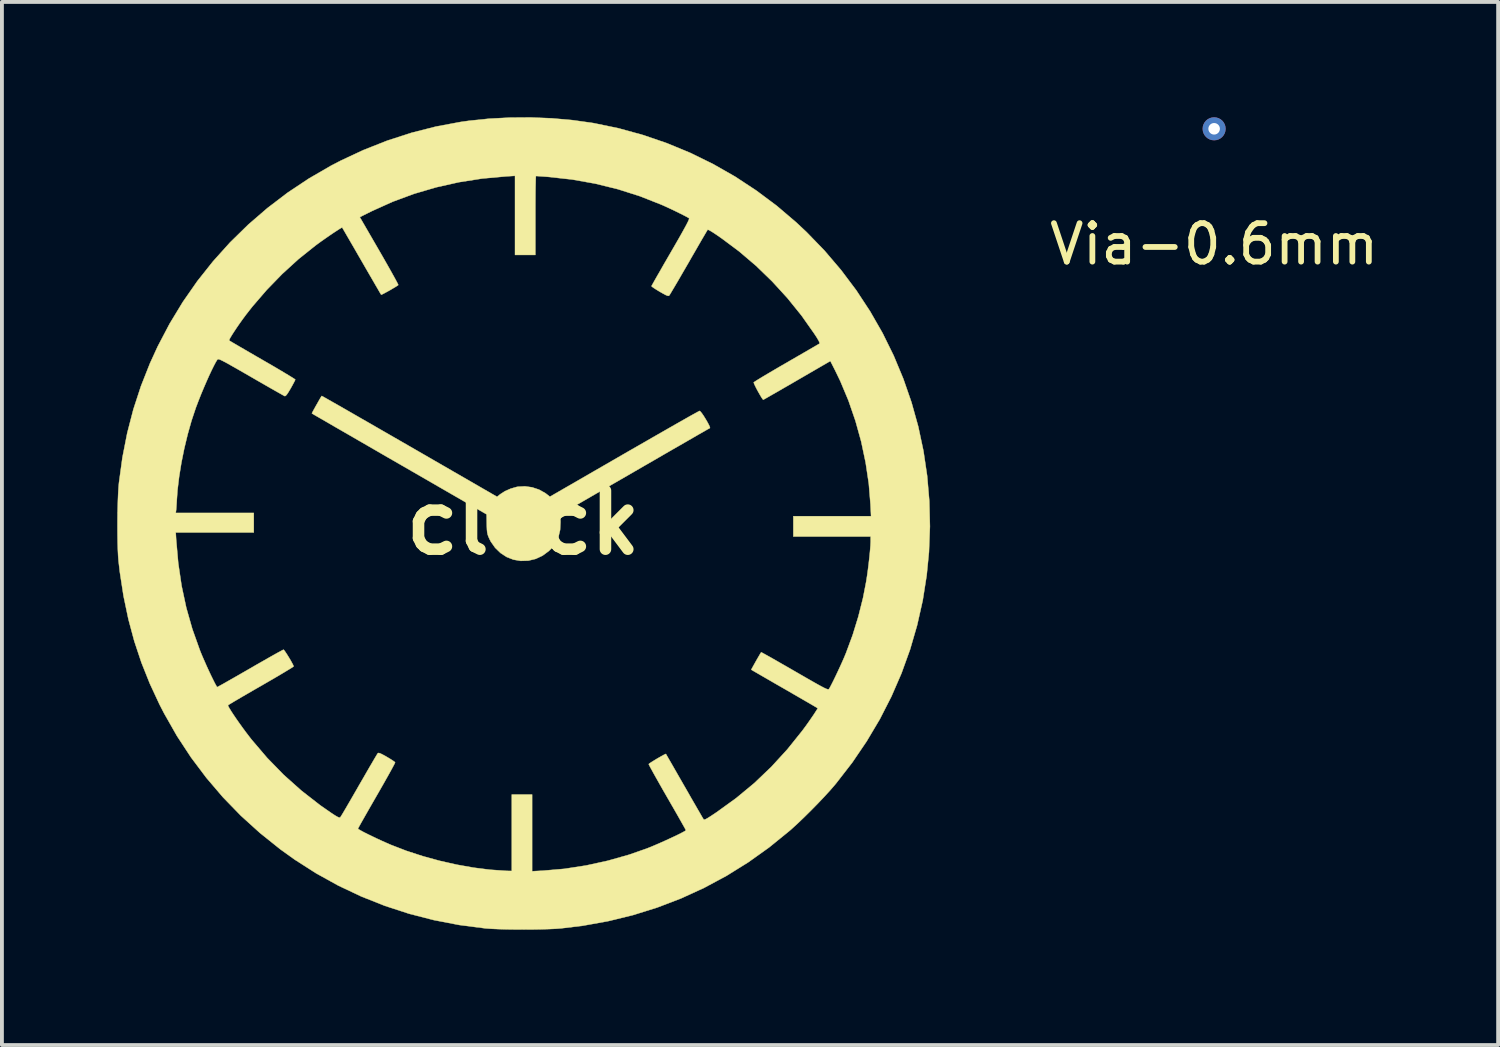
<source format=kicad_pcb>
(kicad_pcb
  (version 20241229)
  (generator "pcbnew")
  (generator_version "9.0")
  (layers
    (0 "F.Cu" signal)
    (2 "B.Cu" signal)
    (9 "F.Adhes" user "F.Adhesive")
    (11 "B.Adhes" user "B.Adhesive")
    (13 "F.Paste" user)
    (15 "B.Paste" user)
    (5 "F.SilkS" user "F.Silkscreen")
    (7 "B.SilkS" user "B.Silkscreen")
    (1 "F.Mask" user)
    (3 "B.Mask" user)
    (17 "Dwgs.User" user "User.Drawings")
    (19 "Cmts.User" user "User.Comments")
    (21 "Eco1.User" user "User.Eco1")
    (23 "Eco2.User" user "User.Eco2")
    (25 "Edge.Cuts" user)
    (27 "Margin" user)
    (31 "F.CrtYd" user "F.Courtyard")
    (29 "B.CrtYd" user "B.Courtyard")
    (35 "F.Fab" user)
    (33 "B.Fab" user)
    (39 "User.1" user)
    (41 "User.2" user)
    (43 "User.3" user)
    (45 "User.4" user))
  (footprint "clock"
    (layer "F.Cu")
    (at 10.557 10.545)
    (property "Reference" "clock" (at 0 0 0) (layer "F.SilkS") (effects (font (size 1.524 1.524) (thickness 0.3))))
    (attr through_hole)
    (fp_poly (pts (xy -5.221 -3.288) (xy -5.168 -3.258) (xy -5.083 -3.21) (xy -4.967 -3.144) (xy -4.824 -3.063) (xy -4.655 -2.966) (xy -4.463 -2.856) (xy -4.25 -2.733) (xy -4.017 -2.6) (xy -3.768 -2.456) (xy -3.504 -2.304) (xy -3.228 -2.145) (xy -2.957 -1.989) (xy -0.679 -0.674) (xy -0.599 -0.738) (xy -0.474 -0.819) (xy -0.325 -0.885) (xy -0.169 -0.93) (xy -0.136 -0.936) (xy 0.046 -0.946) (xy 0.233 -0.92) (xy 0.413 -0.86) (xy 0.575 -0.77) (xy 0.615 -0.74) (xy 0.696 -0.676) (xy 2.627 -1.791) (xy 2.891 -1.943) (xy 3.144 -2.088) (xy 3.385 -2.227) (xy 3.611 -2.356) (xy 3.82 -2.476) (xy 4.009 -2.584) (xy 4.175 -2.678) (xy 4.317 -2.759) (xy 4.432 -2.823) (xy 4.518 -2.87) (xy 4.571 -2.899) (xy 4.59 -2.908) (xy 4.611 -2.892) (xy 4.646 -2.849) (xy 4.69 -2.786) (xy 4.736 -2.712) (xy 4.782 -2.635) (xy 4.821 -2.563) (xy 4.849 -2.505) (xy 4.86 -2.469) (xy 4.857 -2.461) (xy 4.837 -2.45) (xy 4.781 -2.419) (xy 4.695 -2.369) (xy 4.578 -2.303) (xy 4.435 -2.22) (xy 4.268 -2.124) (xy 4.078 -2.014) (xy 3.868 -1.894) (xy 3.641 -1.763) (xy 3.4 -1.623) (xy 3.146 -1.477) (xy 2.901 -1.335) (xy 0.965 -0.217) (xy 0.971 -0.018) (xy 0.961 0.188) (xy 0.918 0.371) (xy 0.839 0.534) (xy 0.724 0.681) (xy 0.667 0.737) (xy 0.505 0.857) (xy 0.326 0.941) (xy 0.134 0.987) (xy -0.064 0.993) (xy -0.252 0.961) (xy -0.428 0.893) (xy -0.589 0.788) (xy -0.729 0.652) (xy -0.842 0.491) (xy -0.874 0.429) (xy -0.903 0.364) (xy -0.923 0.309) (xy -0.935 0.252) (xy -0.942 0.181) (xy -0.946 0.085) (xy -0.947 0.035) (xy -0.951 -0.217) (xy -3.221 -1.527) (xy -3.506 -1.691) (xy -3.781 -1.85) (xy -4.043 -2.002) (xy -4.291 -2.145) (xy -4.522 -2.279) (xy -4.734 -2.401) (xy -4.925 -2.511) (xy -5.091 -2.608) (xy -5.233 -2.69) (xy -5.346 -2.755) (xy -5.429 -2.803) (xy -5.479 -2.833) (xy -5.495 -2.842) (xy -5.487 -2.861) (xy -5.463 -2.907) (xy -5.427 -2.973) (xy -5.384 -3.05) (xy -5.339 -3.129) (xy -5.298 -3.202) (xy -5.264 -3.259) (xy -5.243 -3.293) (xy -5.24 -3.297) (xy -5.221 -3.288)) (stroke (width 0.01) (type solid)) (fill yes) (layer "F.SilkS"))
    (fp_poly (pts (xy 0.744 -10.518) (xy 1.277 -10.471) (xy 1.787 -10.4) (xy 1.831 -10.393) (xy 2.479 -10.259) (xy 3.115 -10.084) (xy 3.738 -9.871) (xy 4.347 -9.619) (xy 4.938 -9.329) (xy 5.511 -9.003) (xy 6.063 -8.64) (xy 6.594 -8.244) (xy 7.1 -7.813) (xy 7.372 -7.558) (xy 7.838 -7.077) (xy 8.269 -6.571) (xy 8.665 -6.044) (xy 9.025 -5.496) (xy 9.35 -4.929) (xy 9.638 -4.344) (xy 9.888 -3.744) (xy 10.101 -3.13) (xy 10.276 -2.503) (xy 10.412 -1.865) (xy 10.508 -1.218) (xy 10.564 -0.563) (xy 10.58 0.098) (xy 10.555 0.764) (xy 10.496 1.365) (xy 10.393 2.021) (xy 10.248 2.665) (xy 10.064 3.298) (xy 9.84 3.918) (xy 9.577 4.523) (xy 9.276 5.112) (xy 8.936 5.684) (xy 8.56 6.238) (xy 8.146 6.772) (xy 8.11 6.816) (xy 7.982 6.964) (xy 7.829 7.131) (xy 7.66 7.309) (xy 7.481 7.491) (xy 7.301 7.669) (xy 7.128 7.834) (xy 6.969 7.979) (xy 6.921 8.02) (xy 6.398 8.445) (xy 5.854 8.833) (xy 5.29 9.184) (xy 4.707 9.497) (xy 4.107 9.772) (xy 3.49 10.008) (xy 2.857 10.206) (xy 2.21 10.364) (xy 1.549 10.483) (xy 0.986 10.551) (xy 0.844 10.562) (xy 0.667 10.57) (xy 0.466 10.576) (xy 0.248 10.58) (xy 0.021 10.581) (xy -0.207 10.58) (xy -0.428 10.577) (xy -0.632 10.571) (xy -0.813 10.563) (xy -0.962 10.553) (xy -0.992 10.55) (xy -1.664 10.463) (xy -2.323 10.336) (xy -2.968 10.17) (xy -3.597 9.965) (xy -4.211 9.721) (xy -4.807 9.439) (xy -5.385 9.119) (xy -5.943 8.762) (xy -6.318 8.493) (xy -6.847 8.069) (xy -7.344 7.619) (xy -7.808 7.141) (xy -8.239 6.636) (xy -8.638 6.105) (xy -9.005 5.546) (xy -9.338 4.96) (xy -9.458 4.728) (xy -9.71 4.186) (xy -9.929 3.638) (xy -10.115 3.079) (xy -10.269 2.504) (xy -10.394 1.908) (xy -10.49 1.286) (xy -10.524 0.995) (xy -10.534 0.867) (xy -10.542 0.704) (xy -10.548 0.515) (xy -10.551 0.306) (xy -10.552 0.085) (xy -10.551 -0.139) (xy -10.549 -0.254) (xy -9.037 -0.254) (xy -7.006 -0.254) (xy -7.006 0.254) (xy -9.036 0.254) (xy -9.025 0.439) (xy -8.971 1.052) (xy -8.884 1.641) (xy -8.762 2.211) (xy -8.605 2.764) (xy -8.412 3.306) (xy -8.39 3.363) (xy -8.344 3.474) (xy -8.291 3.595) (xy -8.235 3.722) (xy -8.177 3.849) (xy -8.12 3.97) (xy -8.067 4.078) (xy -8.022 4.168) (xy -7.986 4.234) (xy -7.963 4.271) (xy -7.957 4.276) (xy -7.936 4.265) (xy -7.882 4.236) (xy -7.799 4.19) (xy -7.69 4.128) (xy -7.56 4.054) (xy -7.411 3.969) (xy -7.248 3.875) (xy -7.098 3.789) (xy -6.926 3.689) (xy -6.764 3.597) (xy -6.617 3.513) (xy -6.488 3.44) (xy -6.382 3.381) (xy -6.301 3.337) (xy -6.25 3.31) (xy -6.233 3.302) (xy -6.215 3.319) (xy -6.182 3.365) (xy -6.14 3.429) (xy -6.093 3.505) (xy -6.047 3.582) (xy -6.008 3.653) (xy -5.98 3.707) (xy -5.97 3.737) (xy -5.97 3.738) (xy -5.988 3.752) (xy -6.039 3.785) (xy -6.12 3.834) (xy -6.226 3.898) (xy -6.355 3.975) (xy -6.502 4.061) (xy -6.665 4.155) (xy -6.818 4.244) (xy -6.991 4.343) (xy -7.153 4.437) (xy -7.3 4.522) (xy -7.427 4.597) (xy -7.533 4.659) (xy -7.612 4.707) (xy -7.661 4.737) (xy -7.677 4.748) (xy -7.67 4.773) (xy -7.641 4.826) (xy -7.594 4.903) (xy -7.531 4.999) (xy -7.457 5.108) (xy -7.375 5.225) (xy -7.288 5.346) (xy -7.199 5.466) (xy -7.113 5.578) (xy -7.064 5.641) (xy -6.658 6.117) (xy -6.225 6.561) (xy -5.764 6.972) (xy -5.277 7.351) (xy -4.989 7.551) (xy -4.898 7.611) (xy -4.835 7.648) (xy -4.794 7.667) (xy -4.769 7.669) (xy -4.754 7.66) (xy -4.738 7.636) (xy -4.703 7.579) (xy -4.652 7.493) (xy -4.587 7.382) (xy -4.51 7.25) (xy -4.424 7.101) (xy -4.33 6.938) (xy -4.266 6.826) (xy -4.168 6.657) (xy -4.077 6.499) (xy -3.994 6.355) (xy -3.921 6.231) (xy -3.861 6.128) (xy -3.816 6.053) (xy -3.788 6.007) (xy -3.78 5.996) (xy -3.761 5.989) (xy -3.726 5.997) (xy -3.67 6.023) (xy -3.586 6.068) (xy -3.547 6.091) (xy -3.463 6.141) (xy -3.394 6.185) (xy -3.347 6.218) (xy -3.33 6.234) (xy -3.339 6.257) (xy -3.367 6.312) (xy -3.412 6.396) (xy -3.472 6.505) (xy -3.546 6.637) (xy -3.63 6.786) (xy -3.723 6.949) (xy -3.81 7.1) (xy -3.909 7.272) (xy -4.002 7.434) (xy -4.085 7.58) (xy -4.158 7.708) (xy -4.218 7.814) (xy -4.262 7.893) (xy -4.289 7.943) (xy -4.297 7.96) (xy -4.278 7.975) (xy -4.227 8.005) (xy -4.15 8.047) (xy -4.051 8.097) (xy -3.937 8.152) (xy -3.815 8.211) (xy -3.689 8.269) (xy -3.566 8.324) (xy -3.452 8.374) (xy -3.43 8.383) (xy -3.031 8.537) (xy -2.609 8.674) (xy -2.172 8.794) (xy -1.729 8.894) (xy -1.291 8.972) (xy -0.864 9.026) (xy -0.46 9.054) (xy -0.418 9.056) (xy -0.296 9.059) (xy -0.296 7.07) (xy 0.233 7.07) (xy 0.233 9.066) (xy 0.513 9.051) (xy 1.071 9.003) (xy 1.635 8.916) (xy 2.198 8.793) (xy 2.753 8.636) (xy 3.217 8.474) (xy 3.318 8.434) (xy 3.434 8.385) (xy 3.561 8.33) (xy 3.691 8.272) (xy 3.819 8.213) (xy 3.94 8.157) (xy 4.047 8.105) (xy 4.135 8.06) (xy 4.198 8.026) (xy 4.23 8.004) (xy 4.233 8) (xy 4.223 7.979) (xy 4.194 7.925) (xy 4.147 7.842) (xy 4.086 7.734) (xy 4.012 7.603) (xy 3.927 7.455) (xy 3.833 7.292) (xy 3.746 7.141) (xy 3.647 6.969) (xy 3.555 6.807) (xy 3.472 6.66) (xy 3.4 6.532) (xy 3.342 6.426) (xy 3.298 6.346) (xy 3.273 6.295) (xy 3.266 6.279) (xy 3.285 6.262) (xy 3.331 6.231) (xy 3.397 6.19) (xy 3.472 6.144) (xy 3.55 6.099) (xy 3.621 6.059) (xy 3.676 6.029) (xy 3.708 6.015) (xy 3.713 6.015) (xy 3.724 6.034) (xy 3.754 6.086) (xy 3.801 6.168) (xy 3.863 6.275) (xy 3.937 6.404) (xy 4.021 6.551) (xy 4.114 6.713) (xy 4.191 6.847) (xy 4.29 7.019) (xy 4.382 7.181) (xy 4.467 7.327) (xy 4.541 7.456) (xy 4.603 7.563) (xy 4.649 7.643) (xy 4.679 7.694) (xy 4.689 7.709) (xy 4.7 7.72) (xy 4.719 7.722) (xy 4.749 7.711) (xy 4.796 7.685) (xy 4.865 7.642) (xy 4.96 7.579) (xy 5.039 7.526) (xy 5.541 7.163) (xy 6.013 6.772) (xy 6.455 6.35) (xy 6.87 5.897) (xy 7.26 5.411) (xy 7.348 5.292) (xy 7.418 5.194) (xy 7.486 5.096) (xy 7.546 5.009) (xy 7.586 4.948) (xy 7.663 4.827) (xy 7.615 4.797) (xy 7.587 4.781) (xy 7.526 4.745) (xy 7.437 4.693) (xy 7.323 4.627) (xy 7.188 4.549) (xy 7.036 4.461) (xy 6.872 4.366) (xy 6.752 4.297) (xy 6.583 4.2) (xy 6.426 4.109) (xy 6.284 4.027) (xy 6.161 3.956) (xy 6.061 3.898) (xy 5.987 3.855) (xy 5.944 3.83) (xy 5.933 3.823) (xy 5.942 3.805) (xy 5.967 3.759) (xy 6.003 3.694) (xy 6.046 3.617) (xy 6.091 3.538) (xy 6.133 3.466) (xy 6.166 3.409) (xy 6.187 3.375) (xy 6.191 3.37) (xy 6.21 3.379) (xy 6.262 3.407) (xy 6.343 3.452) (xy 6.451 3.512) (xy 6.58 3.586) (xy 6.728 3.671) (xy 6.891 3.764) (xy 7.062 3.863) (xy 7.263 3.979) (xy 7.43 4.075) (xy 7.567 4.153) (xy 7.677 4.215) (xy 7.764 4.262) (xy 7.829 4.296) (xy 7.877 4.318) (xy 7.91 4.331) (xy 7.932 4.335) (xy 7.946 4.332) (xy 7.955 4.325) (xy 7.955 4.324) (xy 7.98 4.284) (xy 8.018 4.211) (xy 8.067 4.114) (xy 8.123 3.999) (xy 8.183 3.872) (xy 8.244 3.741) (xy 8.302 3.613) (xy 8.354 3.494) (xy 8.396 3.392) (xy 8.398 3.387) (xy 8.57 2.922) (xy 8.718 2.441) (xy 8.84 1.956) (xy 8.92 1.545) (xy 8.944 1.394) (xy 8.967 1.229) (xy 8.988 1.059) (xy 9.007 0.892) (xy 9.022 0.737) (xy 9.033 0.603) (xy 9.038 0.5) (xy 9.038 0.476) (xy 9.038 0.36) (xy 7.027 0.36) (xy 7.027 -0.169) (xy 8.038 -0.169) (xy 9.049 -0.169) (xy 9.034 -0.475) (xy 8.99 -1.016) (xy 8.908 -1.563) (xy 8.792 -2.111) (xy 8.642 -2.651) (xy 8.461 -3.176) (xy 8.25 -3.68) (xy 8.115 -3.96) (xy 7.99 -4.205) (xy 7.123 -3.702) (xy 6.948 -3.6) (xy 6.784 -3.506) (xy 6.636 -3.42) (xy 6.506 -3.346) (xy 6.398 -3.284) (xy 6.316 -3.237) (xy 6.264 -3.208) (xy 6.244 -3.198) (xy 6.228 -3.215) (xy 6.197 -3.261) (xy 6.158 -3.327) (xy 6.114 -3.404) (xy 6.071 -3.483) (xy 6.034 -3.556) (xy 6.008 -3.613) (xy 5.997 -3.646) (xy 5.997 -3.649) (xy 6.017 -3.664) (xy 6.069 -3.698) (xy 6.152 -3.749) (xy 6.259 -3.814) (xy 6.389 -3.891) (xy 6.537 -3.978) (xy 6.699 -4.073) (xy 6.84 -4.154) (xy 7.012 -4.254) (xy 7.173 -4.347) (xy 7.32 -4.432) (xy 7.449 -4.507) (xy 7.555 -4.568) (xy 7.635 -4.615) (xy 7.686 -4.645) (xy 7.703 -4.654) (xy 7.71 -4.669) (xy 7.703 -4.699) (xy 7.678 -4.748) (xy 7.634 -4.822) (xy 7.569 -4.921) (xy 7.239 -5.389) (xy 6.873 -5.842) (xy 6.478 -6.274) (xy 6.059 -6.68) (xy 5.619 -7.055) (xy 5.172 -7.389) (xy 5.041 -7.48) (xy 4.941 -7.547) (xy 4.869 -7.591) (xy 4.823 -7.615) (xy 4.8 -7.62) (xy 4.797 -7.619) (xy 4.785 -7.599) (xy 4.754 -7.546) (xy 4.706 -7.464) (xy 4.643 -7.357) (xy 4.568 -7.227) (xy 4.483 -7.079) (xy 4.389 -6.917) (xy 4.307 -6.773) (xy 4.207 -6.601) (xy 4.113 -6.439) (xy 4.028 -6.292) (xy 3.952 -6.163) (xy 3.889 -6.057) (xy 3.841 -5.976) (xy 3.81 -5.925) (xy 3.799 -5.909) (xy 3.782 -5.9) (xy 3.753 -5.904) (xy 3.706 -5.923) (xy 3.636 -5.961) (xy 3.553 -6.008) (xy 3.469 -6.059) (xy 3.4 -6.103) (xy 3.354 -6.136) (xy 3.338 -6.153) (xy 3.338 -6.153) (xy 3.349 -6.174) (xy 3.379 -6.228) (xy 3.426 -6.312) (xy 3.488 -6.421) (xy 3.564 -6.552) (xy 3.649 -6.702) (xy 3.744 -6.866) (xy 3.842 -7.035) (xy 3.964 -7.246) (xy 4.065 -7.422) (xy 4.147 -7.568) (xy 4.211 -7.684) (xy 4.259 -7.774) (xy 4.292 -7.84) (xy 4.311 -7.885) (xy 4.317 -7.911) (xy 4.315 -7.92) (xy 4.27 -7.946) (xy 4.195 -7.986) (xy 4.098 -8.035) (xy 3.985 -8.091) (xy 3.867 -8.148) (xy 3.749 -8.203) (xy 3.641 -8.252) (xy 3.595 -8.272) (xy 3.04 -8.491) (xy 2.465 -8.674) (xy 1.875 -8.819) (xy 1.275 -8.926) (xy 0.669 -8.993) (xy 0.635 -8.996) (xy 0.529 -9.004) (xy 0.438 -9.01) (xy 0.371 -9.015) (xy 0.336 -9.017) (xy 0.333 -9.017) (xy 0.33 -8.996) (xy 0.327 -8.938) (xy 0.325 -8.845) (xy 0.322 -8.722) (xy 0.32 -8.573) (xy 0.319 -8.401) (xy 0.318 -8.212) (xy 0.318 -8.01) (xy 0.318 -7.99) (xy 0.318 -6.964) (xy -0.212 -6.964) (xy -0.212 -9.022) (xy -0.45 -9.007) (xy -1.067 -8.951) (xy -1.672 -8.856) (xy -2.264 -8.723) (xy -2.839 -8.554) (xy -3.395 -8.348) (xy -3.93 -8.107) (xy -3.94 -8.102) (xy -4.249 -7.948) (xy -3.743 -7.074) (xy -3.642 -6.899) (xy -3.548 -6.734) (xy -3.463 -6.584) (xy -3.39 -6.453) (xy -3.329 -6.343) (xy -3.284 -6.259) (xy -3.256 -6.204) (xy -3.248 -6.182) (xy -3.248 -6.182) (xy -3.27 -6.165) (xy -3.319 -6.134) (xy -3.386 -6.094) (xy -3.462 -6.049) (xy -3.54 -6.006) (xy -3.61 -5.968) (xy -3.663 -5.941) (xy -3.691 -5.93) (xy -3.693 -5.93) (xy -3.705 -5.949) (xy -3.736 -6.001) (xy -3.783 -6.083) (xy -3.846 -6.191) (xy -3.921 -6.321) (xy -4.007 -6.469) (xy -4.102 -6.633) (xy -4.201 -6.805) (xy -4.302 -6.979) (xy -4.396 -7.143) (xy -4.482 -7.291) (xy -4.557 -7.42) (xy -4.619 -7.527) (xy -4.666 -7.608) (xy -4.696 -7.659) (xy -4.707 -7.678) (xy -4.727 -7.67) (xy -4.776 -7.641) (xy -4.847 -7.595) (xy -4.936 -7.537) (xy -5.036 -7.469) (xy -5.141 -7.396) (xy -5.247 -7.322) (xy -5.346 -7.25) (xy -5.408 -7.204) (xy -5.844 -6.855) (xy -6.266 -6.47) (xy -6.668 -6.056) (xy -7.044 -5.62) (xy -7.211 -5.407) (xy -7.291 -5.299) (xy -7.371 -5.187) (xy -7.447 -5.077) (xy -7.516 -4.973) (xy -7.574 -4.883) (xy -7.618 -4.81) (xy -7.643 -4.76) (xy -7.647 -4.74) (xy -7.626 -4.726) (xy -7.572 -4.694) (xy -7.488 -4.645) (xy -7.379 -4.581) (xy -7.248 -4.505) (xy -7.099 -4.418) (xy -6.935 -4.323) (xy -6.779 -4.233) (xy -6.606 -4.133) (xy -6.444 -4.039) (xy -6.299 -3.953) (xy -6.172 -3.877) (xy -6.068 -3.814) (xy -5.99 -3.766) (xy -5.941 -3.734) (xy -5.927 -3.722) (xy -5.937 -3.697) (xy -5.964 -3.644) (xy -6.004 -3.57) (xy -6.048 -3.491) (xy -6.106 -3.394) (xy -6.149 -3.33) (xy -6.18 -3.298) (xy -6.201 -3.292) (xy -6.201 -3.292) (xy -6.226 -3.305) (xy -6.283 -3.337) (xy -6.369 -3.386) (xy -6.481 -3.449) (xy -6.614 -3.525) (xy -6.765 -3.612) (xy -6.929 -3.706) (xy -7.079 -3.793) (xy -7.277 -3.907) (xy -7.442 -4.002) (xy -7.577 -4.078) (xy -7.684 -4.139) (xy -7.768 -4.184) (xy -7.832 -4.217) (xy -7.878 -4.238) (xy -7.91 -4.25) (xy -7.931 -4.253) (xy -7.944 -4.25) (xy -7.953 -4.242) (xy -7.954 -4.241) (xy -7.992 -4.181) (xy -8.042 -4.087) (xy -8.102 -3.966) (xy -8.169 -3.824) (xy -8.239 -3.666) (xy -8.311 -3.499) (xy -8.382 -3.329) (xy -8.448 -3.162) (xy -8.508 -3.004) (xy -8.515 -2.985) (xy -8.625 -2.655) (xy -8.725 -2.301) (xy -8.814 -1.932) (xy -8.889 -1.561) (xy -8.948 -1.196) (xy -8.99 -0.849) (xy -9.007 -0.61) (xy -9.013 -0.508) (xy -9.019 -0.416) (xy -9.024 -0.345) (xy -9.028 -0.312) (xy -9.037 -0.254) (xy -10.549 -0.254) (xy -10.547 -0.361) (xy -10.541 -0.57) (xy -10.533 -0.761) (xy -10.523 -0.926) (xy -10.513 -1.037) (xy -10.423 -1.696) (xy -10.298 -2.332) (xy -10.138 -2.949) (xy -9.941 -3.552) (xy -9.707 -4.144) (xy -9.506 -4.583) (xy -9.196 -5.174) (xy -8.852 -5.741) (xy -8.474 -6.284) (xy -8.063 -6.801) (xy -7.622 -7.291) (xy -7.151 -7.752) (xy -6.652 -8.183) (xy -6.126 -8.584) (xy -5.574 -8.951) (xy -4.998 -9.285) (xy -4.76 -9.409) (xy -4.151 -9.694) (xy -3.532 -9.938) (xy -2.905 -10.141) (xy -2.269 -10.303) (xy -1.627 -10.423) (xy -1.408 -10.454) (xy -0.888 -10.508) (xy -0.349 -10.536) (xy 0.198 -10.54) (xy 0.744 -10.518)) (stroke (width 0.01) (type solid)) (fill yes) (layer "F.SilkS")))
  (footprint "Via-0.6mm"
    (layer "F.Cu")
    (at 28.529 0.3)
    (property "Reference" "Via-0.6mm" (at 0 3 0) (layer "F.SilkS") (effects (font (size 1 1) (thickness 0.15))))
    (attr through_hole)
    (pad "1" thru_hole circle (at 0 0) (size 0.6 0.6) (drill 0.3) (layers "*.Cu")))
  (gr_rect
    (start -3 -3)
    (end 35.916 24.131)
    (stroke (width 0.1) (type default))
    (fill no)
    (layer "Edge.Cuts")))
</source>
